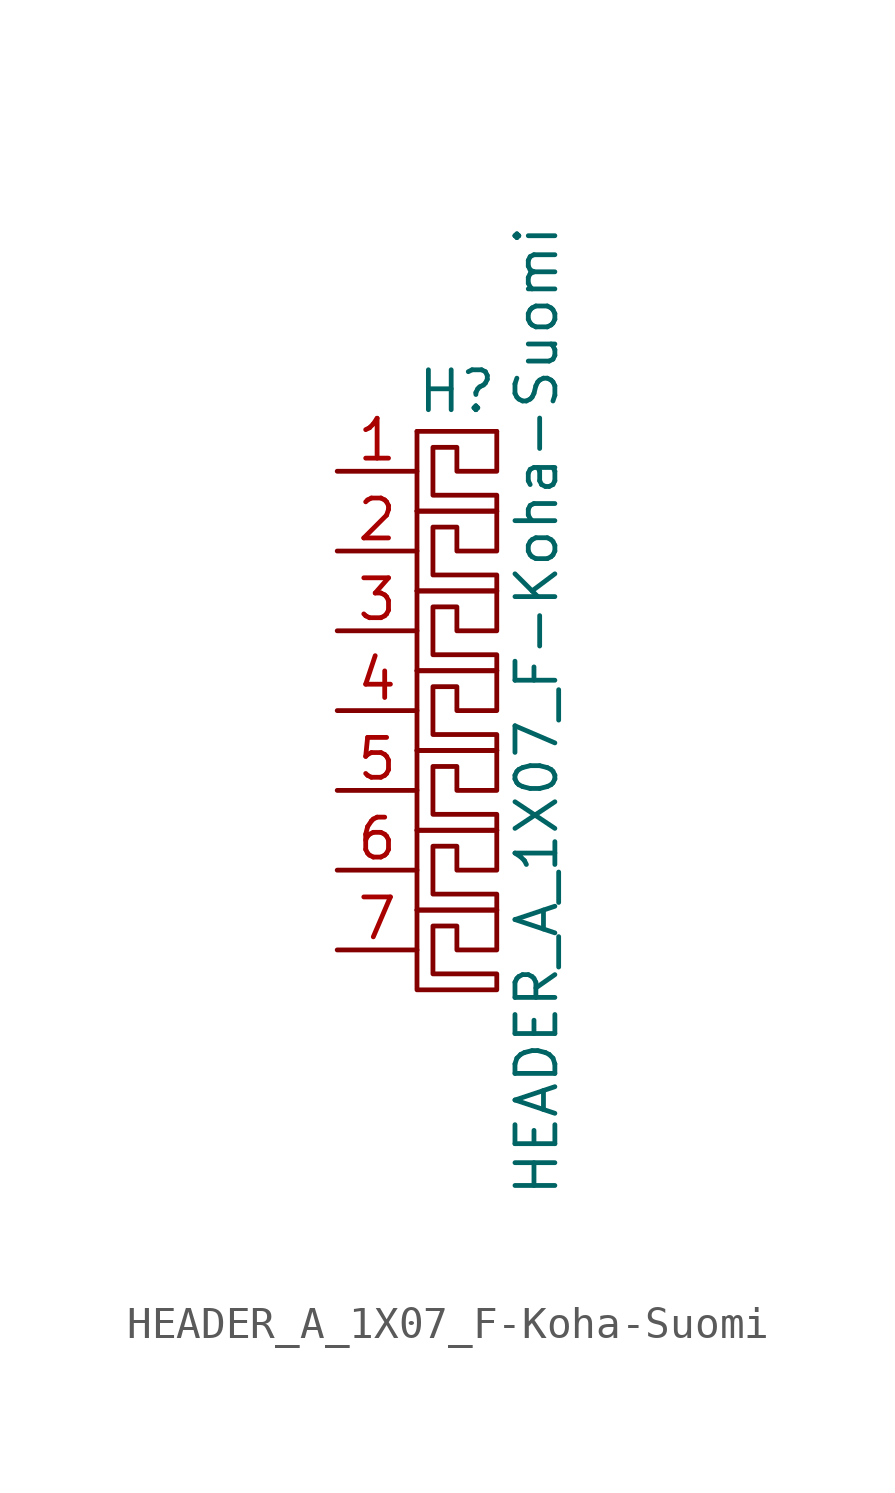
<source format=kicad_sym>
(kicad_symbol_lib
  (version 20220914)
  (generator kicad_symbol_editor)
  (symbol "HEADER_A_1X07_F-Koha-Suomi"
    (pin_names
      (offset 1.016) hide)
    (property "Reference" "H"
      (at -1.27 12.7 0)
      (effects (font (size 1.27 1.27))))
    (property "Value" "HEADER_A_1X07_F-Koha-Suomi"
      (at 1.27 2.54 90)
      (effects (font (size 1.27 1.27))))
    (property "Footprint" ""
      (at -1.27 -1.27 0)
      (effects (font (size 1.27 1.27))))
    (property "Datasheet" ""
      (at -1.27 -1.27 0)
      (effects (font (size 1.27 1.27))))
    (symbol "HEADER_A_1X07_F-Koha-Suomi_0_1"
      (polyline (pts (xy -2.54 -3.81) (xy 0 -3.81)) (stroke (width 0) (type solid)) (fill (type none)))
      (polyline (pts (xy -2.54 -1.27) (xy 0 -1.27)) (stroke (width 0) (type solid)) (fill (type none)))
      (polyline (pts (xy -2.54 1.27) (xy 0 1.27)) (stroke (width 0) (type solid)) (fill (type none)))
      (polyline (pts (xy -2.54 6.35) (xy 0 6.35)) (stroke (width 0) (type solid)) (fill (type none)))
      (polyline (pts (xy -2.54 8.89) (xy 0 8.89)) (stroke (width 0) (type solid)) (fill (type none)))
      (polyline (pts (xy -2.54 11.43) (xy 0 11.43)) (stroke (width 0) (type solid)) (fill (type none)))
      (polyline (pts (xy 0 -3.81) (xy 0 -5.08) (xy -1.27 -5.08) (xy -1.27 -4.318) (xy -2.032 -4.318) (xy -2.032 -5.842) (xy 0 -5.842) (xy 0 -6.35) (xy -2.54 -6.35) (xy -2.54 -3.81)) (stroke (width 0) (type solid)) (fill (type none)))
      (polyline (pts (xy 0 -1.27) (xy 0 -2.54) (xy -1.27 -2.54) (xy -1.27 -1.778) (xy -2.032 -1.778) (xy -2.032 -3.302) (xy 0 -3.302) (xy 0 -3.81) (xy -2.54 -3.81) (xy -2.54 -1.27)) (stroke (width 0) (type solid)) (fill (type none)))
      (polyline (pts (xy 0 1.27) (xy 0 0) (xy -1.27 0) (xy -1.27 0.762) (xy -2.032 0.762) (xy -2.032 -0.762) (xy 0 -0.762) (xy 0 -1.27) (xy -2.54 -1.27) (xy -2.54 1.27)) (stroke (width 0) (type solid)) (fill (type none)))
      (polyline (pts (xy 0 6.35) (xy 0 5.08) (xy -1.27 5.08) (xy -1.27 5.842) (xy -2.032 5.842) (xy -2.032 4.318) (xy 0 4.318) (xy 0 3.81) (xy -2.54 3.81) (xy -2.54 6.35)) (stroke (width 0) (type solid)) (fill (type none)))
      (polyline (pts (xy 0 8.89) (xy 0 7.62) (xy -1.27 7.62) (xy -1.27 8.382) (xy -2.032 8.382) (xy -2.032 6.858) (xy 0 6.858) (xy 0 6.35) (xy -2.54 6.35) (xy -2.54 8.89)) (stroke (width 0) (type solid)) (fill (type none)))
      (polyline (pts (xy 0 11.43) (xy 0 10.16) (xy -1.27 10.16) (xy -1.27 10.922) (xy -2.032 10.922) (xy -2.032 9.398) (xy 0 9.398) (xy 0 8.89) (xy -2.54 8.89) (xy -2.54 11.43)) (stroke (width 0) (type solid)) (fill (type none))))
    (symbol "HEADER_A_1X07_F-Koha-Suomi_1_1"
      (polyline (pts (xy -2.54 3.81) (xy 0 3.81)) (stroke (width 0) (type solid)) (fill (type none)))
      (polyline (pts (xy 0 3.81) (xy 0 2.54) (xy -1.27 2.54) (xy -1.27 3.302) (xy -2.032 3.302) (xy -2.032 1.778) (xy 0 1.778) (xy 0 1.27) (xy -2.54 1.27) (xy -2.54 3.81)) (stroke (width 0) (type solid)) (fill (type none)))
      (pin passive line (at -5.08 10.16 0) (length 2.54) (name "~" (effects (font (size 1.27 1.27)))) (number "1" (effects (font (size 1.27 1.27)))))
      (pin passive line (at -5.08 7.62 0) (length 2.54) (name "~" (effects (font (size 1.27 1.27)))) (number "2" (effects (font (size 1.27 1.27)))))
      (pin passive line (at -5.08 5.08 0) (length 2.54) (name "~" (effects (font (size 1.27 1.27)))) (number "3" (effects (font (size 1.27 1.27)))))
      (pin passive line (at -5.08 2.54 0) (length 2.54) (name "~" (effects (font (size 1.27 1.27)))) (number "4" (effects (font (size 1.27 1.27)))))
      (pin passive line (at -5.08 0 0) (length 2.54) (name "~" (effects (font (size 1.27 1.27)))) (number "5" (effects (font (size 1.27 1.27)))))
      (pin passive line (at -5.08 -2.54 0) (length 2.54) (name "~" (effects (font (size 1.27 1.27)))) (number "6" (effects (font (size 1.27 1.27)))))
      (pin passive line (at -5.08 -5.08 0) (length 2.54) (name "~" (effects (font (size 1.27 1.27)))) (number "7" (effects (font (size 1.27 1.27))))))))
</source>
